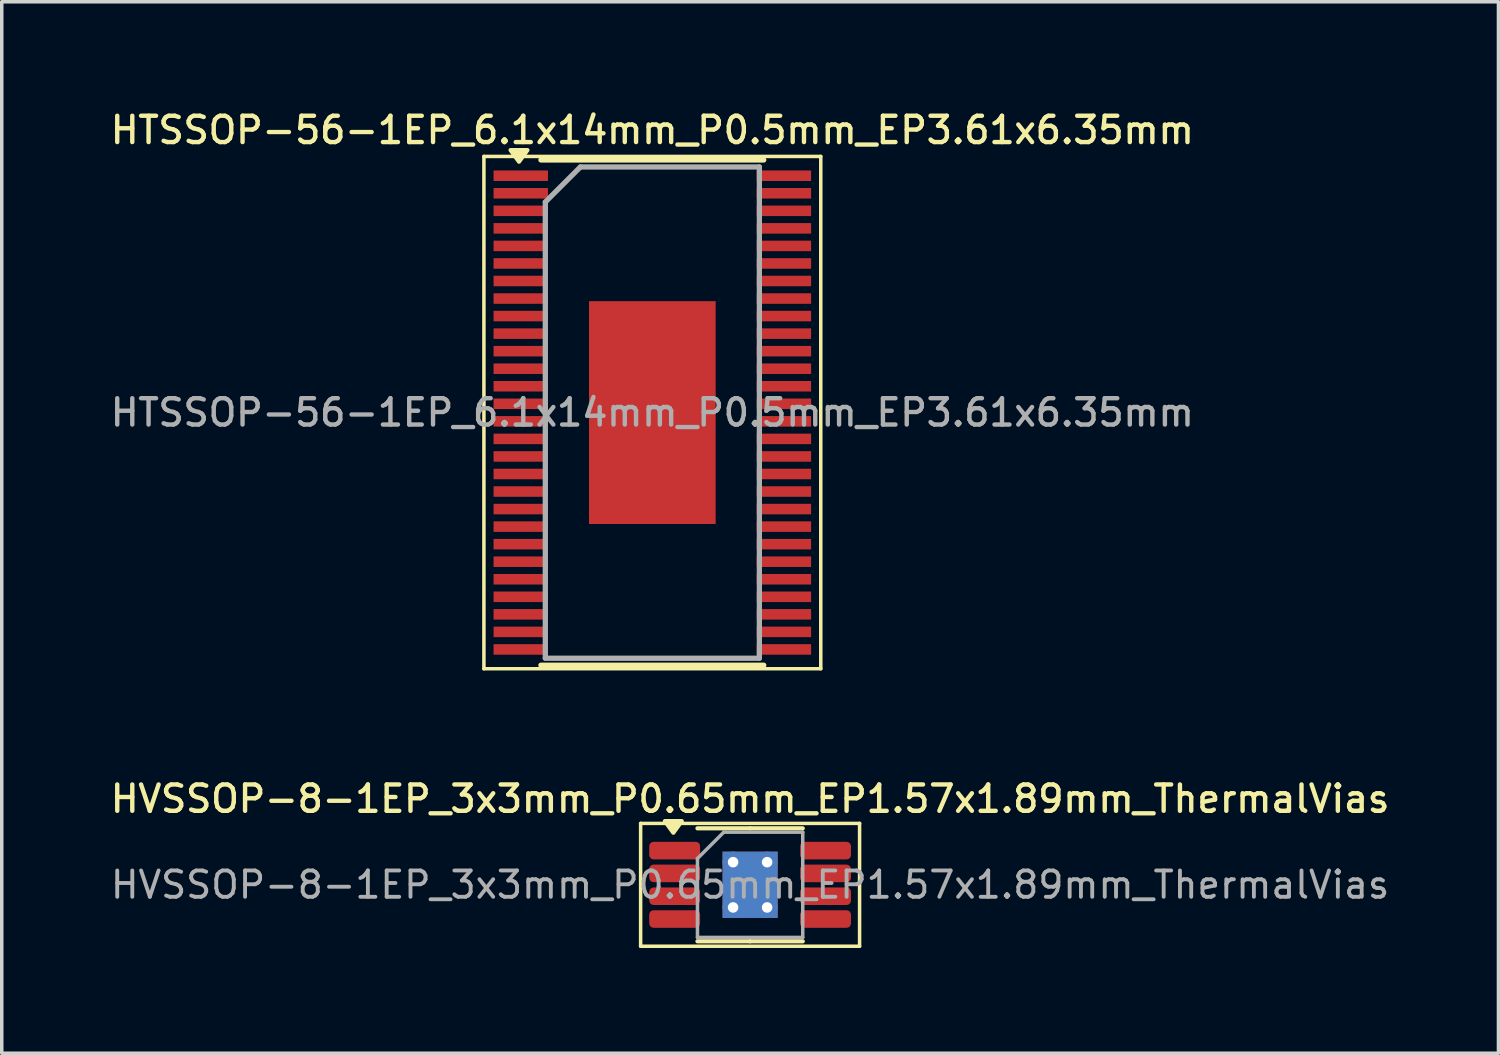
<source format=kicad_pcb>
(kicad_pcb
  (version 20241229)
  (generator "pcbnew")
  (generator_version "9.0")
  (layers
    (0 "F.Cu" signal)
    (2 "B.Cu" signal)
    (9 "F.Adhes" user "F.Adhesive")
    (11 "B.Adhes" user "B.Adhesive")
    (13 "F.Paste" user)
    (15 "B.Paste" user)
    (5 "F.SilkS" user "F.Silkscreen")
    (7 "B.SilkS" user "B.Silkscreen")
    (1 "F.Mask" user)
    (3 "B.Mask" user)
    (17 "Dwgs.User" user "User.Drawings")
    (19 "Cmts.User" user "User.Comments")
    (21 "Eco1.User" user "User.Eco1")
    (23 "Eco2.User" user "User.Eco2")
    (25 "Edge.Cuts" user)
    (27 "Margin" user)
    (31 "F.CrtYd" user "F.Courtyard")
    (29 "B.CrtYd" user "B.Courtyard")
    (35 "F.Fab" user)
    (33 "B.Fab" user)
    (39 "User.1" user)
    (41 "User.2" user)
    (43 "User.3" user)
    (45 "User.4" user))
  (footprint "HVSSOP-8-1EP_3x3mm_P0.65mm_EP1.57x1.89mm_ThermalVias"
    (layer "F.Cu")
    (at 18.327 22.166)
    (property "Reference" "HVSSOP-8-1EP_3x3mm_P0.65mm_EP1.57x1.89mm_ThermalVias" (at 0 -2.45 0) (layer "F.SilkS") (effects (font (size 0.75 0.75) (thickness 0.125))))
    (attr smd)
    (fp_line (start -3.12 -1.75) (end -3.12 1.75) (stroke (width 0.1) (type solid)) (layer "F.SilkS"))
    (fp_line (start -3.12 1.75) (end 3.12 1.75) (stroke (width 0.1) (type solid)) (layer "F.SilkS"))
    (fp_line (start 0 -1.61) (end -1.5 -1.61) (stroke (width 0.12) (type solid)) (layer "F.SilkS"))
    (fp_line (start 0 -1.61) (end 1.5 -1.61) (stroke (width 0.12) (type solid)) (layer "F.SilkS"))
    (fp_line (start 0 1.61) (end -1.5 1.61) (stroke (width 0.12) (type solid)) (layer "F.SilkS"))
    (fp_line (start 0 1.61) (end 1.5 1.61) (stroke (width 0.12) (type solid)) (layer "F.SilkS"))
    (fp_line (start 3.12 -1.75) (end -3.12 -1.75) (stroke (width 0.1) (type solid)) (layer "F.SilkS"))
    (fp_line (start 3.12 1.75) (end 3.12 -1.75) (stroke (width 0.1) (type solid)) (layer "F.SilkS"))
    (fp_poly (pts (xy -2.188 -1.485) (xy -2.428 -1.815) (xy -1.948 -1.815) (xy -2.188 -1.485)) (stroke (width 0.12) (type solid)) (fill yes) (layer "F.SilkS"))
    (fp_line (start -1.5 -0.75) (end -0.75 -1.5) (stroke (width 0.1) (type solid)) (layer "F.Fab"))
    (fp_line (start -1.5 1.5) (end -1.5 -0.75) (stroke (width 0.1) (type solid)) (layer "F.Fab"))
    (fp_line (start -0.75 -1.5) (end 1.5 -1.5) (stroke (width 0.1) (type solid)) (layer "F.Fab"))
    (fp_line (start 1.5 -1.5) (end 1.5 1.5) (stroke (width 0.1) (type solid)) (layer "F.Fab"))
    (fp_line (start 1.5 1.5) (end -1.5 1.5) (stroke (width 0.1) (type solid)) (layer "F.Fab"))
    (fp_text user "${REFERENCE}" (at 0 0 0) (layer "F.Fab") (effects (font (size 0.75 0.75) (thickness 0.11))))
    (pad "" smd roundrect (at -0.39 -0.47) (size 0.63 0.76) (layers "F.Paste") (roundrect_rratio 0.25))
    (pad "" smd roundrect (at -0.39 0.47) (size 0.63 0.76) (layers "F.Paste") (roundrect_rratio 0.25))
    (pad "" smd roundrect (at 0.39 -0.47) (size 0.63 0.76) (layers "F.Paste") (roundrect_rratio 0.25))
    (pad "" smd roundrect (at 0.39 0.47) (size 0.63 0.76) (layers "F.Paste") (roundrect_rratio 0.25))
    (pad "1" smd roundrect (at -2.15 -0.975) (size 1.45 0.5) (layers "F.Cu" "F.Mask" "F.Paste") (roundrect_rratio 0.25))
    (pad "2" smd roundrect (at -2.15 -0.325) (size 1.45 0.5) (layers "F.Cu" "F.Mask" "F.Paste") (roundrect_rratio 0.25))
    (pad "3" smd roundrect (at -2.15 0.325) (size 1.45 0.5) (layers "F.Cu" "F.Mask" "F.Paste") (roundrect_rratio 0.25))
    (pad "4" smd roundrect (at -2.15 0.975) (size 1.45 0.5) (layers "F.Cu" "F.Mask" "F.Paste") (roundrect_rratio 0.25))
    (pad "5" smd roundrect (at 2.15 0.975) (size 1.45 0.5) (layers "F.Cu" "F.Mask" "F.Paste") (roundrect_rratio 0.25))
    (pad "6" smd roundrect (at 2.15 0.325) (size 1.45 0.5) (layers "F.Cu" "F.Mask" "F.Paste") (roundrect_rratio 0.25))
    (pad "7" smd roundrect (at 2.15 -0.325) (size 1.45 0.5) (layers "F.Cu" "F.Mask" "F.Paste") (roundrect_rratio 0.25))
    (pad "8" smd roundrect (at 2.15 -0.975) (size 1.45 0.5) (layers "F.Cu" "F.Mask" "F.Paste") (roundrect_rratio 0.25))
    (pad "9" thru_hole circle (at -0.485 -0.645) (size 0.6 0.6) (drill 0.3) (property pad_prop_heatsink) (layers "*.Cu"))
    (pad "9" thru_hole circle (at -0.485 0.645) (size 0.6 0.6) (drill 0.3) (property pad_prop_heatsink) (layers "*.Cu"))
    (pad "9" smd rect (at 0 0) (size 1.57 1.89) (property pad_prop_heatsink) (layers "F.Cu" "F.Mask"))
    (pad "9" smd rect (at 0 0) (size 1.57 1.89) (property pad_prop_heatsink) (layers "B.Cu"))
    (pad "9" thru_hole circle (at 0.485 -0.645) (size 0.6 0.6) (drill 0.3) (property pad_prop_heatsink) (layers "*.Cu"))
    (pad "9" thru_hole circle (at 0.485 0.645) (size 0.6 0.6) (drill 0.3) (property pad_prop_heatsink) (layers "*.Cu")))
  (footprint "HTSSOP-56-1EP_6.1x14mm_P0.5mm_EP3.61x6.35mm"
    (layer "F.Cu")
    (at 15.541 8.708)
    (property "Reference" "HTSSOP-56-1EP_6.1x14mm_P0.5mm_EP3.61x6.35mm" (at 0 -8.05 0) (layer "F.SilkS") (effects (font (size 0.75 0.75) (thickness 0.125))))
    (attr smd)
    (fp_line (start -4.8 -7.3) (end -4.8 7.3) (stroke (width 0.1) (type solid)) (layer "F.SilkS"))
    (fp_line (start -4.8 -7.3) (end 4.8 -7.3) (stroke (width 0.1) (type solid)) (layer "F.SilkS"))
    (fp_line (start -4.8 7.3) (end 4.8 7.3) (stroke (width 0.1) (type solid)) (layer "F.SilkS"))
    (fp_line (start -3.175 -7.2) (end 3.175 -7.2) (stroke (width 0.15) (type solid)) (layer "F.SilkS"))
    (fp_line (start -3.175 7.2) (end 3.175 7.2) (stroke (width 0.15) (type solid)) (layer "F.SilkS"))
    (fp_line (start 4.8 -7.3) (end 4.8 7.3) (stroke (width 0.1) (type solid)) (layer "F.SilkS"))
    (fp_poly (pts (xy -3.8 -7.15) (xy -4.04 -7.48) (xy -3.56 -7.48) (xy -3.8 -7.15)) (stroke (width 0.12) (type solid)) (fill yes) (layer "F.SilkS"))
    (fp_line (start -3.05 -6) (end -2.05 -7) (stroke (width 0.15) (type solid)) (layer "F.Fab"))
    (fp_line (start -3.05 7) (end -3.05 -6) (stroke (width 0.15) (type solid)) (layer "F.Fab"))
    (fp_line (start -2.05 -7) (end 3.05 -7) (stroke (width 0.15) (type solid)) (layer "F.Fab"))
    (fp_line (start 3.05 -7) (end 3.05 7) (stroke (width 0.15) (type solid)) (layer "F.Fab"))
    (fp_line (start 3.05 7) (end -3.05 7) (stroke (width 0.15) (type solid)) (layer "F.Fab"))
    (fp_text user "${REFERENCE}" (at 0 0 0) (layer "F.Fab") (effects (font (size 0.75 0.75) (thickness 0.125))))
    (pad "" smd rect (at -1.203 -2.54) (size 0.96 1.03) (layers "F.Paste"))
    (pad "" smd rect (at -1.203 -1.27) (size 0.96 1.03) (layers "F.Paste"))
    (pad "" smd rect (at -1.203 0) (size 0.96 1.03) (layers "F.Paste"))
    (pad "" smd rect (at -1.203 1.27) (size 0.96 1.03) (layers "F.Paste"))
    (pad "" smd rect (at -1.203 2.54) (size 0.96 1.03) (layers "F.Paste"))
    (pad "" smd rect (at 0 -2.54) (size 0.96 1.03) (layers "F.Paste"))
    (pad "" smd rect (at 0 -1.27) (size 0.96 1.03) (layers "F.Paste"))
    (pad "" smd rect (at 0 0) (size 0.96 1.03) (layers "F.Paste"))
    (pad "" smd rect (at 0 1.27) (size 0.96 1.03) (layers "F.Paste"))
    (pad "" smd rect (at 0 2.54) (size 0.96 1.03) (layers "F.Paste"))
    (pad "" smd rect (at 1.203 -2.54) (size 0.96 1.03) (layers "F.Paste"))
    (pad "" smd rect (at 1.203 -1.27) (size 0.96 1.03) (layers "F.Paste"))
    (pad "" smd rect (at 1.203 0) (size 0.96 1.03) (layers "F.Paste"))
    (pad "" smd rect (at 1.203 1.27) (size 0.96 1.03) (layers "F.Paste"))
    (pad "" smd rect (at 1.203 2.54) (size 0.96 1.03) (layers "F.Paste"))
    (pad "1" smd rect (at -3.75 -6.75) (size 1.55 0.3) (layers "F.Cu" "F.Mask" "F.Paste"))
    (pad "2" smd rect (at -3.75 -6.25) (size 1.55 0.3) (layers "F.Cu" "F.Mask" "F.Paste"))
    (pad "3" smd rect (at -3.75 -5.75) (size 1.55 0.3) (layers "F.Cu" "F.Mask" "F.Paste"))
    (pad "4" smd rect (at -3.75 -5.25) (size 1.55 0.3) (layers "F.Cu" "F.Mask" "F.Paste"))
    (pad "5" smd rect (at -3.75 -4.75) (size 1.55 0.3) (layers "F.Cu" "F.Mask" "F.Paste"))
    (pad "6" smd rect (at -3.75 -4.25) (size 1.55 0.3) (layers "F.Cu" "F.Mask" "F.Paste"))
    (pad "7" smd rect (at -3.75 -3.75) (size 1.55 0.3) (layers "F.Cu" "F.Mask" "F.Paste"))
    (pad "8" smd rect (at -3.75 -3.25) (size 1.55 0.3) (layers "F.Cu" "F.Mask" "F.Paste"))
    (pad "9" smd rect (at -3.75 -2.75) (size 1.55 0.3) (layers "F.Cu" "F.Mask" "F.Paste"))
    (pad "10" smd rect (at -3.75 -2.25) (size 1.55 0.3) (layers "F.Cu" "F.Mask" "F.Paste"))
    (pad "11" smd rect (at -3.75 -1.75) (size 1.55 0.3) (layers "F.Cu" "F.Mask" "F.Paste"))
    (pad "12" smd rect (at -3.75 -1.25) (size 1.55 0.3) (layers "F.Cu" "F.Mask" "F.Paste"))
    (pad "13" smd rect (at -3.75 -0.75) (size 1.55 0.3) (layers "F.Cu" "F.Mask" "F.Paste"))
    (pad "14" smd rect (at -3.75 -0.25) (size 1.55 0.3) (layers "F.Cu" "F.Mask" "F.Paste"))
    (pad "15" smd rect (at -3.75 0.25) (size 1.55 0.3) (layers "F.Cu" "F.Mask" "F.Paste"))
    (pad "16" smd rect (at -3.75 0.75) (size 1.55 0.3) (layers "F.Cu" "F.Mask" "F.Paste"))
    (pad "17" smd rect (at -3.75 1.25) (size 1.55 0.3) (layers "F.Cu" "F.Mask" "F.Paste"))
    (pad "18" smd rect (at -3.75 1.75) (size 1.55 0.3) (layers "F.Cu" "F.Mask" "F.Paste"))
    (pad "19" smd rect (at -3.75 2.25) (size 1.55 0.3) (layers "F.Cu" "F.Mask" "F.Paste"))
    (pad "20" smd rect (at -3.75 2.75) (size 1.55 0.3) (layers "F.Cu" "F.Mask" "F.Paste"))
    (pad "21" smd rect (at -3.75 3.25) (size 1.55 0.3) (layers "F.Cu" "F.Mask" "F.Paste"))
    (pad "22" smd rect (at -3.75 3.75) (size 1.55 0.3) (layers "F.Cu" "F.Mask" "F.Paste"))
    (pad "23" smd rect (at -3.75 4.25) (size 1.55 0.3) (layers "F.Cu" "F.Mask" "F.Paste"))
    (pad "24" smd rect (at -3.75 4.75) (size 1.55 0.3) (layers "F.Cu" "F.Mask" "F.Paste"))
    (pad "25" smd rect (at -3.75 5.25) (size 1.55 0.3) (layers "F.Cu" "F.Mask" "F.Paste"))
    (pad "26" smd rect (at -3.75 5.75) (size 1.55 0.3) (layers "F.Cu" "F.Mask" "F.Paste"))
    (pad "27" smd rect (at -3.75 6.25) (size 1.55 0.3) (layers "F.Cu" "F.Mask" "F.Paste"))
    (pad "28" smd rect (at -3.75 6.75) (size 1.55 0.3) (layers "F.Cu" "F.Mask" "F.Paste"))
    (pad "29" smd rect (at 3.75 6.75) (size 1.55 0.3) (layers "F.Cu" "F.Mask" "F.Paste"))
    (pad "30" smd rect (at 3.75 6.25) (size 1.55 0.3) (layers "F.Cu" "F.Mask" "F.Paste"))
    (pad "31" smd rect (at 3.75 5.75) (size 1.55 0.3) (layers "F.Cu" "F.Mask" "F.Paste"))
    (pad "32" smd rect (at 3.75 5.25) (size 1.55 0.3) (layers "F.Cu" "F.Mask" "F.Paste"))
    (pad "33" smd rect (at 3.75 4.75) (size 1.55 0.3) (layers "F.Cu" "F.Mask" "F.Paste"))
    (pad "34" smd rect (at 3.75 4.25) (size 1.55 0.3) (layers "F.Cu" "F.Mask" "F.Paste"))
    (pad "35" smd rect (at 3.75 3.75) (size 1.55 0.3) (layers "F.Cu" "F.Mask" "F.Paste"))
    (pad "36" smd rect (at 3.75 3.25) (size 1.55 0.3) (layers "F.Cu" "F.Mask" "F.Paste"))
    (pad "37" smd rect (at 3.75 2.75) (size 1.55 0.3) (layers "F.Cu" "F.Mask" "F.Paste"))
    (pad "38" smd rect (at 3.75 2.25) (size 1.55 0.3) (layers "F.Cu" "F.Mask" "F.Paste"))
    (pad "39" smd rect (at 3.75 1.75) (size 1.55 0.3) (layers "F.Cu" "F.Mask" "F.Paste"))
    (pad "40" smd rect (at 3.75 1.25) (size 1.55 0.3) (layers "F.Cu" "F.Mask" "F.Paste"))
    (pad "41" smd rect (at 3.75 0.75) (size 1.55 0.3) (layers "F.Cu" "F.Mask" "F.Paste"))
    (pad "42" smd rect (at 3.75 0.25) (size 1.55 0.3) (layers "F.Cu" "F.Mask" "F.Paste"))
    (pad "43" smd rect (at 3.75 -0.25) (size 1.55 0.3) (layers "F.Cu" "F.Mask" "F.Paste"))
    (pad "44" smd rect (at 3.75 -0.75) (size 1.55 0.3) (layers "F.Cu" "F.Mask" "F.Paste"))
    (pad "45" smd rect (at 3.75 -1.25) (size 1.55 0.3) (layers "F.Cu" "F.Mask" "F.Paste"))
    (pad "46" smd rect (at 3.75 -1.75) (size 1.55 0.3) (layers "F.Cu" "F.Mask" "F.Paste"))
    (pad "47" smd rect (at 3.75 -2.25) (size 1.55 0.3) (layers "F.Cu" "F.Mask" "F.Paste"))
    (pad "48" smd rect (at 3.75 -2.75) (size 1.55 0.3) (layers "F.Cu" "F.Mask" "F.Paste"))
    (pad "49" smd rect (at 3.75 -3.25) (size 1.55 0.3) (layers "F.Cu" "F.Mask" "F.Paste"))
    (pad "50" smd rect (at 3.75 -3.75) (size 1.55 0.3) (layers "F.Cu" "F.Mask" "F.Paste"))
    (pad "51" smd rect (at 3.75 -4.25) (size 1.55 0.3) (layers "F.Cu" "F.Mask" "F.Paste"))
    (pad "52" smd rect (at 3.75 -4.75) (size 1.55 0.3) (layers "F.Cu" "F.Mask" "F.Paste"))
    (pad "53" smd rect (at 3.75 -5.25) (size 1.55 0.3) (layers "F.Cu" "F.Mask" "F.Paste"))
    (pad "54" smd rect (at 3.75 -5.75) (size 1.55 0.3) (layers "F.Cu" "F.Mask" "F.Paste"))
    (pad "55" smd rect (at 3.75 -6.25) (size 1.55 0.3) (layers "F.Cu" "F.Mask" "F.Paste"))
    (pad "56" smd rect (at 3.75 -6.75) (size 1.55 0.3) (layers "F.Cu" "F.Mask" "F.Paste"))
    (pad "57" smd rect (at 0 0) (size 3.61 6.35) (layers "F.Cu" "F.Mask")))
  (gr_rect
    (start -3 -3)
    (end 39.654 26.966)
    (stroke (width 0.1) (type default))
    (fill no)
    (layer "Edge.Cuts")))
</source>
